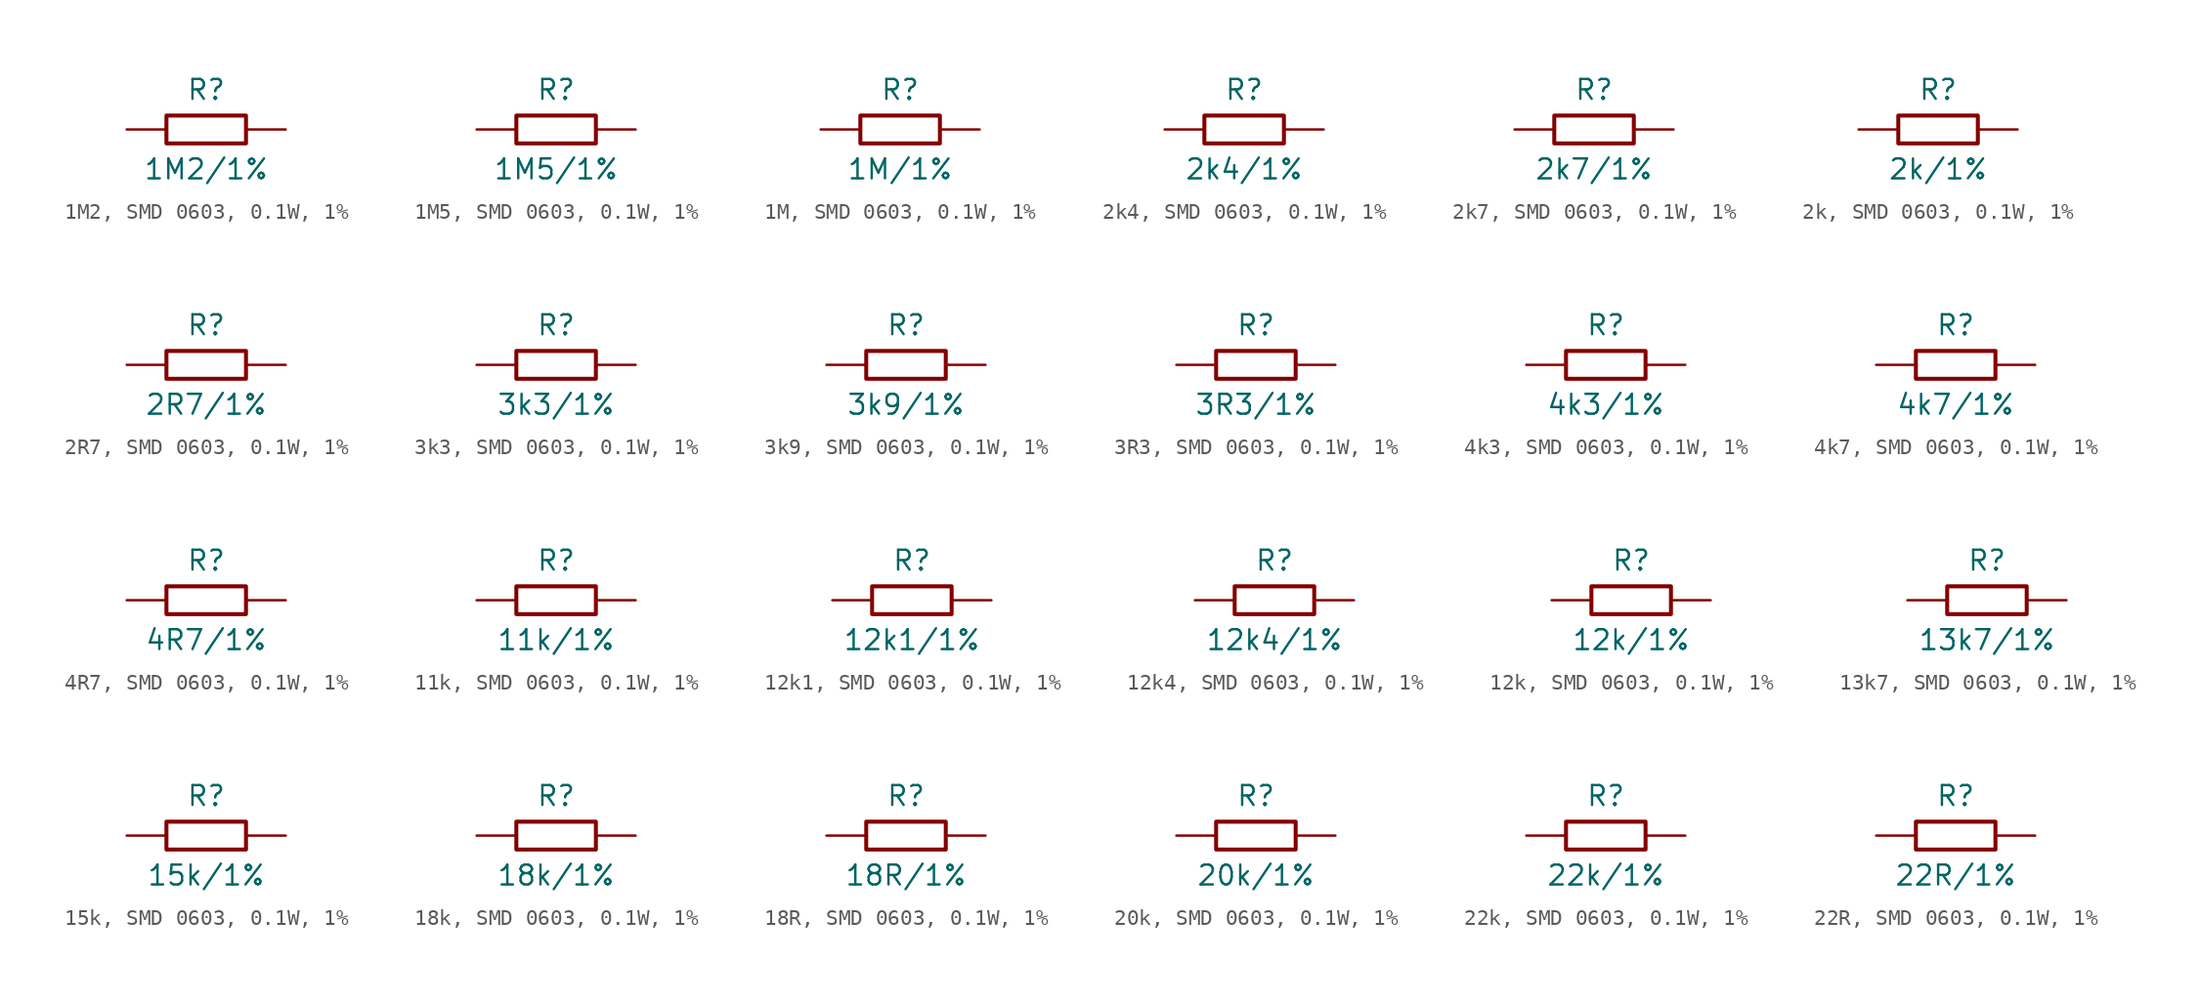
<source format=kicad_sym>
(kicad_symbol_lib
  (version 20231120)
  (generator "kicad_symbol_editor")
  (generator_version "8.0")
  (symbol "1M2, SMD 0603, 0.1W, 1%"
    (pin_numbers hide)
    (pin_names
      (offset 0) hide)
    (property "Reference" "R"
      (at 0 2.54 0)
      (effects (font (size 1.27 1.27))))
    (property "Value" "1M2/1%"
      (at 0 -2.54 0)
      (effects (font (size 1.27 1.27))))
    (symbol "1M2, SMD 0603, 0.1W, 1%_0_1"
      (rectangle (start -2.54 0.889) (end 2.54 -0.889) (stroke (width 0.254) (type default)) (fill (type none))))
    (symbol "1M2, SMD 0603, 0.1W, 1%_1_1"
      (pin passive line (at -5.08 0 0) (length 2.54) (name "1" (effects (font (size 1.27 1.27)))) (number "1" (effects (font (size 1.27 1.27)))))
      (pin passive line (at 5.08 0 180) (length 2.54) (name "2" (effects (font (size 1.27 1.27)))) (number "2" (effects (font (size 1.27 1.27)))))))
  (symbol "1M5, SMD 0603, 0.1W, 1%"
    (pin_numbers hide)
    (pin_names
      (offset 0) hide)
    (property "Reference" "R"
      (at 0 2.54 0)
      (effects (font (size 1.27 1.27))))
    (property "Value" "1M5/1%"
      (at 0 -2.54 0)
      (effects (font (size 1.27 1.27))))
    (symbol "1M5, SMD 0603, 0.1W, 1%_0_1"
      (rectangle (start -2.54 0.889) (end 2.54 -0.889) (stroke (width 0.254) (type default)) (fill (type none))))
    (symbol "1M5, SMD 0603, 0.1W, 1%_1_1"
      (pin passive line (at -5.08 0 0) (length 2.54) (name "1" (effects (font (size 1.27 1.27)))) (number "1" (effects (font (size 1.27 1.27)))))
      (pin passive line (at 5.08 0 180) (length 2.54) (name "2" (effects (font (size 1.27 1.27)))) (number "2" (effects (font (size 1.27 1.27)))))))
  (symbol "1M, SMD 0603, 0.1W, 1%"
    (pin_numbers hide)
    (pin_names
      (offset 0) hide)
    (property "Reference" "R"
      (at 0 2.54 0)
      (effects (font (size 1.27 1.27))))
    (property "Value" "1M/1%"
      (at 0 -2.54 0)
      (effects (font (size 1.27 1.27))))
    (symbol "1M, SMD 0603, 0.1W, 1%_0_1"
      (rectangle (start -2.54 0.889) (end 2.54 -0.889) (stroke (width 0.254) (type default)) (fill (type none))))
    (symbol "1M, SMD 0603, 0.1W, 1%_1_1"
      (pin passive line (at -5.08 0 0) (length 2.54) (name "1" (effects (font (size 1.27 1.27)))) (number "1" (effects (font (size 1.27 1.27)))))
      (pin passive line (at 5.08 0 180) (length 2.54) (name "2" (effects (font (size 1.27 1.27)))) (number "2" (effects (font (size 1.27 1.27)))))))
  (symbol "2k4, SMD 0603, 0.1W, 1%"
    (pin_numbers hide)
    (pin_names
      (offset 0) hide)
    (property "Reference" "R"
      (at 0 2.54 0)
      (effects (font (size 1.27 1.27))))
    (property "Value" "2k4/1%"
      (at 0 -2.54 0)
      (effects (font (size 1.27 1.27))))
    (symbol "2k4, SMD 0603, 0.1W, 1%_0_1"
      (rectangle (start -2.54 0.889) (end 2.54 -0.889) (stroke (width 0.254) (type default)) (fill (type none))))
    (symbol "2k4, SMD 0603, 0.1W, 1%_1_1"
      (pin passive line (at -5.08 0 0) (length 2.54) (name "1" (effects (font (size 1.27 1.27)))) (number "1" (effects (font (size 1.27 1.27)))))
      (pin passive line (at 5.08 0 180) (length 2.54) (name "2" (effects (font (size 1.27 1.27)))) (number "2" (effects (font (size 1.27 1.27)))))))
  (symbol "2k7, SMD 0603, 0.1W, 1%"
    (pin_numbers hide)
    (pin_names
      (offset 0) hide)
    (property "Reference" "R"
      (at 0 2.54 0)
      (effects (font (size 1.27 1.27))))
    (property "Value" "2k7/1%"
      (at 0 -2.54 0)
      (effects (font (size 1.27 1.27))))
    (symbol "2k7, SMD 0603, 0.1W, 1%_0_1"
      (rectangle (start -2.54 0.889) (end 2.54 -0.889) (stroke (width 0.254) (type default)) (fill (type none))))
    (symbol "2k7, SMD 0603, 0.1W, 1%_1_1"
      (pin passive line (at -5.08 0 0) (length 2.54) (name "1" (effects (font (size 1.27 1.27)))) (number "1" (effects (font (size 1.27 1.27)))))
      (pin passive line (at 5.08 0 180) (length 2.54) (name "2" (effects (font (size 1.27 1.27)))) (number "2" (effects (font (size 1.27 1.27)))))))
  (symbol "2k, SMD 0603, 0.1W, 1%"
    (pin_numbers hide)
    (pin_names
      (offset 0) hide)
    (property "Reference" "R"
      (at 0 2.54 0)
      (effects (font (size 1.27 1.27))))
    (property "Value" "2k/1%"
      (at 0 -2.54 0)
      (effects (font (size 1.27 1.27))))
    (symbol "2k, SMD 0603, 0.1W, 1%_0_1"
      (rectangle (start -2.54 0.889) (end 2.54 -0.889) (stroke (width 0.254) (type default)) (fill (type none))))
    (symbol "2k, SMD 0603, 0.1W, 1%_1_1"
      (pin passive line (at -5.08 0 0) (length 2.54) (name "1" (effects (font (size 1.27 1.27)))) (number "1" (effects (font (size 1.27 1.27)))))
      (pin passive line (at 5.08 0 180) (length 2.54) (name "2" (effects (font (size 1.27 1.27)))) (number "2" (effects (font (size 1.27 1.27)))))))
  (symbol "2R7, SMD 0603, 0.1W, 1%"
    (pin_numbers hide)
    (pin_names
      (offset 0) hide)
    (property "Reference" "R"
      (at 0 2.54 0)
      (effects (font (size 1.27 1.27))))
    (property "Value" "2R7/1%"
      (at 0 -2.54 0)
      (effects (font (size 1.27 1.27))))
    (symbol "2R7, SMD 0603, 0.1W, 1%_0_1"
      (rectangle (start -2.54 0.889) (end 2.54 -0.889) (stroke (width 0.254) (type default)) (fill (type none))))
    (symbol "2R7, SMD 0603, 0.1W, 1%_1_1"
      (pin passive line (at -5.08 0 0) (length 2.54) (name "1" (effects (font (size 1.27 1.27)))) (number "1" (effects (font (size 1.27 1.27)))))
      (pin passive line (at 5.08 0 180) (length 2.54) (name "2" (effects (font (size 1.27 1.27)))) (number "2" (effects (font (size 1.27 1.27)))))))
  (symbol "3k3, SMD 0603, 0.1W, 1%"
    (pin_numbers hide)
    (pin_names
      (offset 0) hide)
    (property "Reference" "R"
      (at 0 2.54 0)
      (effects (font (size 1.27 1.27))))
    (property "Value" "3k3/1%"
      (at 0 -2.54 0)
      (effects (font (size 1.27 1.27))))
    (symbol "3k3, SMD 0603, 0.1W, 1%_0_1"
      (rectangle (start -2.54 0.889) (end 2.54 -0.889) (stroke (width 0.254) (type default)) (fill (type none))))
    (symbol "3k3, SMD 0603, 0.1W, 1%_1_1"
      (pin passive line (at -5.08 0 0) (length 2.54) (name "1" (effects (font (size 1.27 1.27)))) (number "1" (effects (font (size 1.27 1.27)))))
      (pin passive line (at 5.08 0 180) (length 2.54) (name "2" (effects (font (size 1.27 1.27)))) (number "2" (effects (font (size 1.27 1.27)))))))
  (symbol "3k9, SMD 0603, 0.1W, 1%"
    (pin_numbers hide)
    (pin_names
      (offset 0) hide)
    (property "Reference" "R"
      (at 0 2.54 0)
      (effects (font (size 1.27 1.27))))
    (property "Value" "3k9/1%"
      (at 0 -2.54 0)
      (effects (font (size 1.27 1.27))))
    (symbol "3k9, SMD 0603, 0.1W, 1%_0_1"
      (rectangle (start -2.54 0.889) (end 2.54 -0.889) (stroke (width 0.254) (type default)) (fill (type none))))
    (symbol "3k9, SMD 0603, 0.1W, 1%_1_1"
      (pin passive line (at -5.08 0 0) (length 2.54) (name "1" (effects (font (size 1.27 1.27)))) (number "1" (effects (font (size 1.27 1.27)))))
      (pin passive line (at 5.08 0 180) (length 2.54) (name "2" (effects (font (size 1.27 1.27)))) (number "2" (effects (font (size 1.27 1.27)))))))
  (symbol "3R3, SMD 0603, 0.1W, 1%"
    (pin_numbers hide)
    (pin_names
      (offset 0) hide)
    (property "Reference" "R"
      (at 0 2.54 0)
      (effects (font (size 1.27 1.27))))
    (property "Value" "3R3/1%"
      (at 0 -2.54 0)
      (effects (font (size 1.27 1.27))))
    (symbol "3R3, SMD 0603, 0.1W, 1%_0_1"
      (rectangle (start -2.54 0.889) (end 2.54 -0.889) (stroke (width 0.254) (type default)) (fill (type none))))
    (symbol "3R3, SMD 0603, 0.1W, 1%_1_1"
      (pin passive line (at -5.08 0 0) (length 2.54) (name "1" (effects (font (size 1.27 1.27)))) (number "1" (effects (font (size 1.27 1.27)))))
      (pin passive line (at 5.08 0 180) (length 2.54) (name "2" (effects (font (size 1.27 1.27)))) (number "2" (effects (font (size 1.27 1.27)))))))
  (symbol "4k3, SMD 0603, 0.1W, 1%"
    (pin_numbers hide)
    (pin_names
      (offset 0) hide)
    (property "Reference" "R"
      (at 0 2.54 0)
      (effects (font (size 1.27 1.27))))
    (property "Value" "4k3/1%"
      (at 0 -2.54 0)
      (effects (font (size 1.27 1.27))))
    (symbol "4k3, SMD 0603, 0.1W, 1%_0_1"
      (rectangle (start -2.54 0.889) (end 2.54 -0.889) (stroke (width 0.254) (type default)) (fill (type none))))
    (symbol "4k3, SMD 0603, 0.1W, 1%_1_1"
      (pin passive line (at -5.08 0 0) (length 2.54) (name "1" (effects (font (size 1.27 1.27)))) (number "1" (effects (font (size 1.27 1.27)))))
      (pin passive line (at 5.08 0 180) (length 2.54) (name "2" (effects (font (size 1.27 1.27)))) (number "2" (effects (font (size 1.27 1.27)))))))
  (symbol "4k7, SMD 0603, 0.1W, 1%"
    (pin_numbers hide)
    (pin_names
      (offset 0) hide)
    (property "Reference" "R"
      (at 0 2.54 0)
      (effects (font (size 1.27 1.27))))
    (property "Value" "4k7/1%"
      (at 0 -2.54 0)
      (effects (font (size 1.27 1.27))))
    (symbol "4k7, SMD 0603, 0.1W, 1%_0_1"
      (rectangle (start -2.54 0.889) (end 2.54 -0.889) (stroke (width 0.254) (type default)) (fill (type none))))
    (symbol "4k7, SMD 0603, 0.1W, 1%_1_1"
      (pin passive line (at -5.08 0 0) (length 2.54) (name "1" (effects (font (size 1.27 1.27)))) (number "1" (effects (font (size 1.27 1.27)))))
      (pin passive line (at 5.08 0 180) (length 2.54) (name "2" (effects (font (size 1.27 1.27)))) (number "2" (effects (font (size 1.27 1.27)))))))
  (symbol "4R7, SMD 0603, 0.1W, 1%"
    (pin_numbers hide)
    (pin_names
      (offset 0) hide)
    (property "Reference" "R"
      (at 0 2.54 0)
      (effects (font (size 1.27 1.27))))
    (property "Value" "4R7/1%"
      (at 0 -2.54 0)
      (effects (font (size 1.27 1.27))))
    (symbol "4R7, SMD 0603, 0.1W, 1%_0_1"
      (rectangle (start -2.54 0.889) (end 2.54 -0.889) (stroke (width 0.254) (type default)) (fill (type none))))
    (symbol "4R7, SMD 0603, 0.1W, 1%_1_1"
      (pin passive line (at -5.08 0 0) (length 2.54) (name "1" (effects (font (size 1.27 1.27)))) (number "1" (effects (font (size 1.27 1.27)))))
      (pin passive line (at 5.08 0 180) (length 2.54) (name "2" (effects (font (size 1.27 1.27)))) (number "2" (effects (font (size 1.27 1.27)))))))
  (symbol "11k, SMD 0603, 0.1W, 1%"
    (pin_numbers hide)
    (pin_names
      (offset 0) hide)
    (property "Reference" "R"
      (at 0 2.54 0)
      (effects (font (size 1.27 1.27))))
    (property "Value" "11k/1%"
      (at 0 -2.54 0)
      (effects (font (size 1.27 1.27))))
    (symbol "11k, SMD 0603, 0.1W, 1%_0_1"
      (rectangle (start -2.54 0.889) (end 2.54 -0.889) (stroke (width 0.254) (type default)) (fill (type none))))
    (symbol "11k, SMD 0603, 0.1W, 1%_1_1"
      (pin passive line (at -5.08 0 0) (length 2.54) (name "1" (effects (font (size 1.27 1.27)))) (number "1" (effects (font (size 1.27 1.27)))))
      (pin passive line (at 5.08 0 180) (length 2.54) (name "2" (effects (font (size 1.27 1.27)))) (number "2" (effects (font (size 1.27 1.27)))))))
  (symbol "12k1, SMD 0603, 0.1W, 1%"
    (pin_numbers hide)
    (pin_names
      (offset 0) hide)
    (property "Reference" "R"
      (at 0 2.54 0)
      (effects (font (size 1.27 1.27))))
    (property "Value" "12k1/1%"
      (at 0 -2.54 0)
      (effects (font (size 1.27 1.27))))
    (symbol "12k1, SMD 0603, 0.1W, 1%_0_1"
      (rectangle (start -2.54 0.889) (end 2.54 -0.889) (stroke (width 0.254) (type default)) (fill (type none))))
    (symbol "12k1, SMD 0603, 0.1W, 1%_1_1"
      (pin passive line (at -5.08 0 0) (length 2.54) (name "1" (effects (font (size 1.27 1.27)))) (number "1" (effects (font (size 1.27 1.27)))))
      (pin passive line (at 5.08 0 180) (length 2.54) (name "2" (effects (font (size 1.27 1.27)))) (number "2" (effects (font (size 1.27 1.27)))))))
  (symbol "12k4, SMD 0603, 0.1W, 1%"
    (pin_numbers hide)
    (pin_names
      (offset 0) hide)
    (property "Reference" "R"
      (at 0 2.54 0)
      (effects (font (size 1.27 1.27))))
    (property "Value" "12k4/1%"
      (at 0 -2.54 0)
      (effects (font (size 1.27 1.27))))
    (symbol "12k4, SMD 0603, 0.1W, 1%_0_1"
      (rectangle (start -2.54 0.889) (end 2.54 -0.889) (stroke (width 0.254) (type default)) (fill (type none))))
    (symbol "12k4, SMD 0603, 0.1W, 1%_1_1"
      (pin passive line (at -5.08 0 0) (length 2.54) (name "1" (effects (font (size 1.27 1.27)))) (number "1" (effects (font (size 1.27 1.27)))))
      (pin passive line (at 5.08 0 180) (length 2.54) (name "2" (effects (font (size 1.27 1.27)))) (number "2" (effects (font (size 1.27 1.27)))))))
  (symbol "12k, SMD 0603, 0.1W, 1%"
    (pin_numbers hide)
    (pin_names
      (offset 0) hide)
    (property "Reference" "R"
      (at 0 2.54 0)
      (effects (font (size 1.27 1.27))))
    (property "Value" "12k/1%"
      (at 0 -2.54 0)
      (effects (font (size 1.27 1.27))))
    (symbol "12k, SMD 0603, 0.1W, 1%_0_1"
      (rectangle (start -2.54 0.889) (end 2.54 -0.889) (stroke (width 0.254) (type default)) (fill (type none))))
    (symbol "12k, SMD 0603, 0.1W, 1%_1_1"
      (pin passive line (at -5.08 0 0) (length 2.54) (name "1" (effects (font (size 1.27 1.27)))) (number "1" (effects (font (size 1.27 1.27)))))
      (pin passive line (at 5.08 0 180) (length 2.54) (name "2" (effects (font (size 1.27 1.27)))) (number "2" (effects (font (size 1.27 1.27)))))))
  (symbol "13k7, SMD 0603, 0.1W, 1%"
    (pin_numbers hide)
    (pin_names
      (offset 0) hide)
    (property "Reference" "R"
      (at 0 2.54 0)
      (effects (font (size 1.27 1.27))))
    (property "Value" "13k7/1%"
      (at 0 -2.54 0)
      (effects (font (size 1.27 1.27))))
    (symbol "13k7, SMD 0603, 0.1W, 1%_0_1"
      (rectangle (start -2.54 0.889) (end 2.54 -0.889) (stroke (width 0.254) (type default)) (fill (type none))))
    (symbol "13k7, SMD 0603, 0.1W, 1%_1_1"
      (pin passive line (at -5.08 0 0) (length 2.54) (name "1" (effects (font (size 1.27 1.27)))) (number "1" (effects (font (size 1.27 1.27)))))
      (pin passive line (at 5.08 0 180) (length 2.54) (name "2" (effects (font (size 1.27 1.27)))) (number "2" (effects (font (size 1.27 1.27)))))))
  (symbol "15k, SMD 0603, 0.1W, 1%"
    (pin_numbers hide)
    (pin_names
      (offset 0) hide)
    (property "Reference" "R"
      (at 0 2.54 0)
      (effects (font (size 1.27 1.27))))
    (property "Value" "15k/1%"
      (at 0 -2.54 0)
      (effects (font (size 1.27 1.27))))
    (symbol "15k, SMD 0603, 0.1W, 1%_0_1"
      (rectangle (start -2.54 0.889) (end 2.54 -0.889) (stroke (width 0.254) (type default)) (fill (type none))))
    (symbol "15k, SMD 0603, 0.1W, 1%_1_1"
      (pin passive line (at -5.08 0 0) (length 2.54) (name "1" (effects (font (size 1.27 1.27)))) (number "1" (effects (font (size 1.27 1.27)))))
      (pin passive line (at 5.08 0 180) (length 2.54) (name "2" (effects (font (size 1.27 1.27)))) (number "2" (effects (font (size 1.27 1.27)))))))
  (symbol "18k, SMD 0603, 0.1W, 1%"
    (pin_numbers hide)
    (pin_names
      (offset 0) hide)
    (property "Reference" "R"
      (at 0 2.54 0)
      (effects (font (size 1.27 1.27))))
    (property "Value" "18k/1%"
      (at 0 -2.54 0)
      (effects (font (size 1.27 1.27))))
    (symbol "18k, SMD 0603, 0.1W, 1%_0_1"
      (rectangle (start -2.54 0.889) (end 2.54 -0.889) (stroke (width 0.254) (type default)) (fill (type none))))
    (symbol "18k, SMD 0603, 0.1W, 1%_1_1"
      (pin passive line (at -5.08 0 0) (length 2.54) (name "1" (effects (font (size 1.27 1.27)))) (number "1" (effects (font (size 1.27 1.27)))))
      (pin passive line (at 5.08 0 180) (length 2.54) (name "2" (effects (font (size 1.27 1.27)))) (number "2" (effects (font (size 1.27 1.27)))))))
  (symbol "18R, SMD 0603, 0.1W, 1%"
    (pin_numbers hide)
    (pin_names
      (offset 0) hide)
    (property "Reference" "R"
      (at 0 2.54 0)
      (effects (font (size 1.27 1.27))))
    (property "Value" "18R/1%"
      (at 0 -2.54 0)
      (effects (font (size 1.27 1.27))))
    (symbol "18R, SMD 0603, 0.1W, 1%_0_1"
      (rectangle (start -2.54 0.889) (end 2.54 -0.889) (stroke (width 0.254) (type default)) (fill (type none))))
    (symbol "18R, SMD 0603, 0.1W, 1%_1_1"
      (pin passive line (at -5.08 0 0) (length 2.54) (name "1" (effects (font (size 1.27 1.27)))) (number "1" (effects (font (size 1.27 1.27)))))
      (pin passive line (at 5.08 0 180) (length 2.54) (name "2" (effects (font (size 1.27 1.27)))) (number "2" (effects (font (size 1.27 1.27)))))))
  (symbol "20k, SMD 0603, 0.1W, 1%"
    (pin_numbers hide)
    (pin_names
      (offset 0) hide)
    (property "Reference" "R"
      (at 0 2.54 0)
      (effects (font (size 1.27 1.27))))
    (property "Value" "20k/1%"
      (at 0 -2.54 0)
      (effects (font (size 1.27 1.27))))
    (symbol "20k, SMD 0603, 0.1W, 1%_0_1"
      (rectangle (start -2.54 0.889) (end 2.54 -0.889) (stroke (width 0.254) (type default)) (fill (type none))))
    (symbol "20k, SMD 0603, 0.1W, 1%_1_1"
      (pin passive line (at -5.08 0 0) (length 2.54) (name "1" (effects (font (size 1.27 1.27)))) (number "1" (effects (font (size 1.27 1.27)))))
      (pin passive line (at 5.08 0 180) (length 2.54) (name "2" (effects (font (size 1.27 1.27)))) (number "2" (effects (font (size 1.27 1.27)))))))
  (symbol "22k, SMD 0603, 0.1W, 1%"
    (pin_numbers hide)
    (pin_names
      (offset 0) hide)
    (property "Reference" "R"
      (at 0 2.54 0)
      (effects (font (size 1.27 1.27))))
    (property "Value" "22k/1%"
      (at 0 -2.54 0)
      (effects (font (size 1.27 1.27))))
    (symbol "22k, SMD 0603, 0.1W, 1%_0_1"
      (rectangle (start -2.54 0.889) (end 2.54 -0.889) (stroke (width 0.254) (type default)) (fill (type none))))
    (symbol "22k, SMD 0603, 0.1W, 1%_1_1"
      (pin passive line (at -5.08 0 0) (length 2.54) (name "1" (effects (font (size 1.27 1.27)))) (number "1" (effects (font (size 1.27 1.27)))))
      (pin passive line (at 5.08 0 180) (length 2.54) (name "2" (effects (font (size 1.27 1.27)))) (number "2" (effects (font (size 1.27 1.27)))))))
  (symbol "22R, SMD 0603, 0.1W, 1%"
    (pin_numbers hide)
    (pin_names
      (offset 0) hide)
    (property "Reference" "R"
      (at 0 2.54 0)
      (effects (font (size 1.27 1.27))))
    (property "Value" "22R/1%"
      (at 0 -2.54 0)
      (effects (font (size 1.27 1.27))))
    (symbol "22R, SMD 0603, 0.1W, 1%_0_1"
      (rectangle (start -2.54 0.889) (end 2.54 -0.889) (stroke (width 0.254) (type default)) (fill (type none))))
    (symbol "22R, SMD 0603, 0.1W, 1%_1_1"
      (pin passive line (at -5.08 0 0) (length 2.54) (name "1" (effects (font (size 1.27 1.27)))) (number "1" (effects (font (size 1.27 1.27)))))
      (pin passive line (at 5.08 0 180) (length 2.54) (name "2" (effects (font (size 1.27 1.27)))) (number "2" (effects (font (size 1.27 1.27))))))))
</source>
